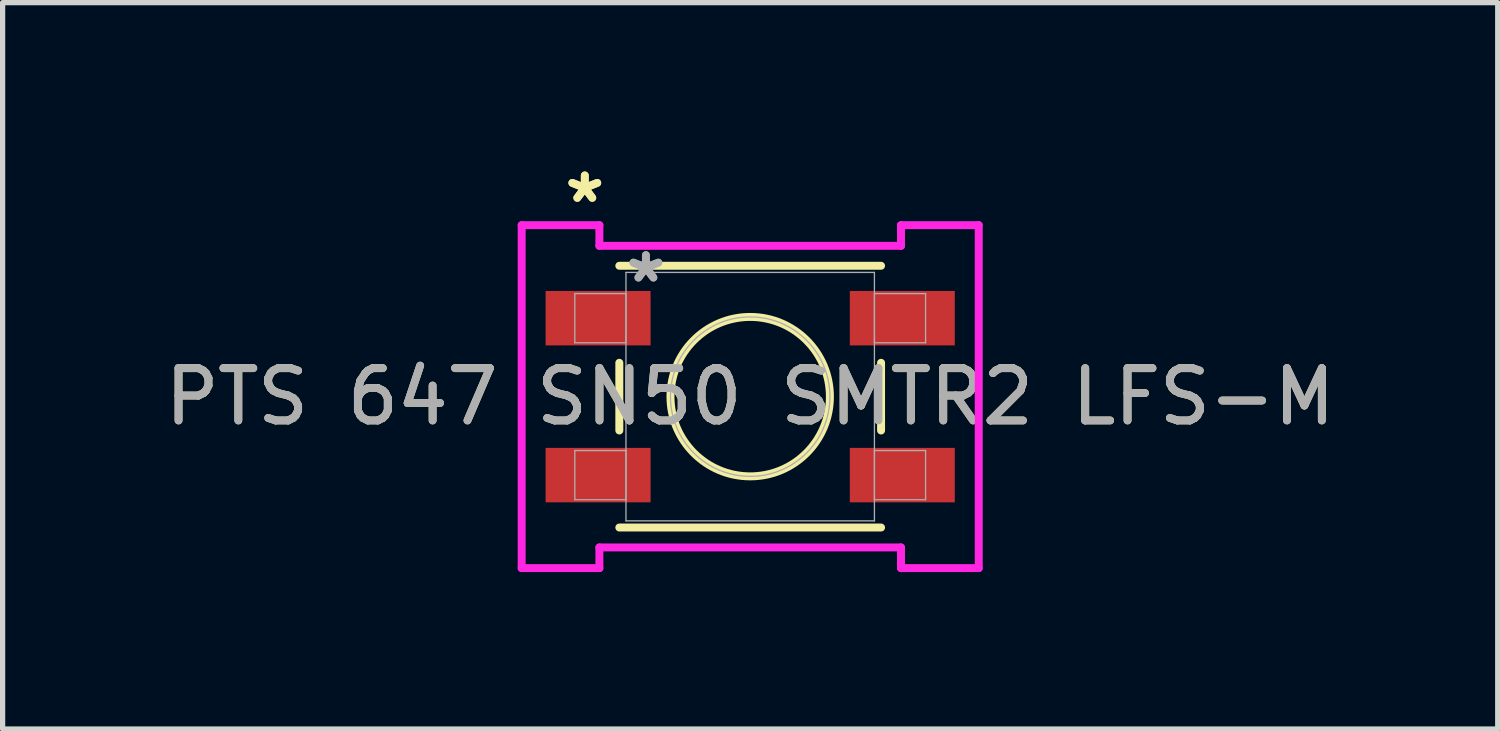
<source format=kicad_pcb>
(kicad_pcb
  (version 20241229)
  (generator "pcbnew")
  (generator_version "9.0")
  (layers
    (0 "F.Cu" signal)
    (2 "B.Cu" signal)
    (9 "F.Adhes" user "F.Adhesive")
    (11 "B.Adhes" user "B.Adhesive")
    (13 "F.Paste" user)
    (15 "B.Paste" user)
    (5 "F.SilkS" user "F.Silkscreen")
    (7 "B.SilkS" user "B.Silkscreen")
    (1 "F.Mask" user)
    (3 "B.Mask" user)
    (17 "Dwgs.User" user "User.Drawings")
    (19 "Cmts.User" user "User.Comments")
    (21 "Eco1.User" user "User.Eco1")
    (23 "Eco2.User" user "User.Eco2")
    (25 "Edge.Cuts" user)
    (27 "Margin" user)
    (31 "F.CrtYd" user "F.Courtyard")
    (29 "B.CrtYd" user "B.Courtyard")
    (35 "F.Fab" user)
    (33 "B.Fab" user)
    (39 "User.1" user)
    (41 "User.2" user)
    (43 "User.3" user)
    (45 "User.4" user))
  (footprint "PTS 647 SN50 SMTR2 LFS-M"
    (layer "F.Cu")
    (at 11.292 4.533)
    (property "Reference" "PTS 647 SN50 SMTR2 LFS-M" (at 0 0 0) (unlocked yes) (layer "F.SilkS") (effects (font (size 1 1) (thickness 0.15))))
    (attr smd)
    (fp_line (start -2.502 -0.647) (end -2.502 0.647) (stroke (width 0.152) (type solid)) (layer "F.SilkS"))
    (fp_line (start -2.502 2.502) (end 2.502 2.502) (stroke (width 0.152) (type solid)) (layer "F.SilkS"))
    (fp_line (start 2.502 -2.502) (end -2.502 -2.502) (stroke (width 0.152) (type solid)) (layer "F.SilkS"))
    (fp_line (start 2.502 0.647) (end 2.502 -0.647) (stroke (width 0.152) (type solid)) (layer "F.SilkS"))
    (fp_circle (center 0 0) (end 1.524 0) (stroke (width 0.152) (type solid)) (fill no) (layer "F.SilkS"))
    (fp_line (start -4.369 -3.278) (end -2.883 -3.278) (stroke (width 0.152) (type solid)) (layer "F.CrtYd"))
    (fp_line (start -4.369 3.278) (end -4.369 -3.278) (stroke (width 0.152) (type solid)) (layer "F.CrtYd"))
    (fp_line (start -2.883 -3.278) (end -2.883 -2.883) (stroke (width 0.152) (type solid)) (layer "F.CrtYd"))
    (fp_line (start -2.883 -2.883) (end 2.883 -2.883) (stroke (width 0.152) (type solid)) (layer "F.CrtYd"))
    (fp_line (start -2.883 2.883) (end -2.883 3.278) (stroke (width 0.152) (type solid)) (layer "F.CrtYd"))
    (fp_line (start -2.883 3.278) (end -4.369 3.278) (stroke (width 0.152) (type solid)) (layer "F.CrtYd"))
    (fp_line (start 2.883 -3.278) (end 4.369 -3.278) (stroke (width 0.152) (type solid)) (layer "F.CrtYd"))
    (fp_line (start 2.883 -2.883) (end 2.883 -3.278) (stroke (width 0.152) (type solid)) (layer "F.CrtYd"))
    (fp_line (start 2.883 2.883) (end -2.883 2.883) (stroke (width 0.152) (type solid)) (layer "F.CrtYd"))
    (fp_line (start 2.883 3.278) (end 2.883 2.883) (stroke (width 0.152) (type solid)) (layer "F.CrtYd"))
    (fp_line (start 4.369 -3.278) (end 4.369 3.278) (stroke (width 0.152) (type solid)) (layer "F.CrtYd"))
    (fp_line (start 4.369 3.278) (end 2.883 3.278) (stroke (width 0.152) (type solid)) (layer "F.CrtYd"))
    (fp_line (start -3.353 -1.97) (end -3.353 -1.03) (stroke (width 0.025) (type solid)) (layer "F.Fab"))
    (fp_line (start -3.353 -1.03) (end -2.375 -1.03) (stroke (width 0.025) (type solid)) (layer "F.Fab"))
    (fp_line (start -3.353 1.03) (end -3.353 1.97) (stroke (width 0.025) (type solid)) (layer "F.Fab"))
    (fp_line (start -3.353 1.97) (end -2.375 1.97) (stroke (width 0.025) (type solid)) (layer "F.Fab"))
    (fp_line (start -2.375 -2.375) (end -2.375 2.375) (stroke (width 0.025) (type solid)) (layer "F.Fab"))
    (fp_line (start -2.375 -1.97) (end -3.353 -1.97) (stroke (width 0.025) (type solid)) (layer "F.Fab"))
    (fp_line (start -2.375 -1.03) (end -2.375 -1.97) (stroke (width 0.025) (type solid)) (layer "F.Fab"))
    (fp_line (start -2.375 1.03) (end -3.353 1.03) (stroke (width 0.025) (type solid)) (layer "F.Fab"))
    (fp_line (start -2.375 1.97) (end -2.375 1.03) (stroke (width 0.025) (type solid)) (layer "F.Fab"))
    (fp_line (start -2.375 2.375) (end 2.375 2.375) (stroke (width 0.025) (type solid)) (layer "F.Fab"))
    (fp_line (start 2.375 -2.375) (end -2.375 -2.375) (stroke (width 0.025) (type solid)) (layer "F.Fab"))
    (fp_line (start 2.375 -1.97) (end 2.375 -1.03) (stroke (width 0.025) (type solid)) (layer "F.Fab"))
    (fp_line (start 2.375 -1.03) (end 3.353 -1.03) (stroke (width 0.025) (type solid)) (layer "F.Fab"))
    (fp_line (start 2.375 1.03) (end 2.375 1.97) (stroke (width 0.025) (type solid)) (layer "F.Fab"))
    (fp_line (start 2.375 1.97) (end 3.353 1.97) (stroke (width 0.025) (type solid)) (layer "F.Fab"))
    (fp_line (start 2.375 2.375) (end 2.375 -2.375) (stroke (width 0.025) (type solid)) (layer "F.Fab"))
    (fp_line (start 3.353 -1.97) (end 2.375 -1.97) (stroke (width 0.025) (type solid)) (layer "F.Fab"))
    (fp_line (start 3.353 -1.03) (end 3.353 -1.97) (stroke (width 0.025) (type solid)) (layer "F.Fab"))
    (fp_line (start 3.353 1.03) (end 2.375 1.03) (stroke (width 0.025) (type solid)) (layer "F.Fab"))
    (fp_line (start 3.353 1.97) (end 3.353 1.03) (stroke (width 0.025) (type solid)) (layer "F.Fab"))
    (fp_circle (center 0 0) (end 1.524 0) (stroke (width 0.025) (type solid)) (fill no) (layer "F.Fab"))
    (fp_text user "*" (at -3.162 -3.684 0) (unlocked yes) (layer "F.SilkS") (effects (font (size 1 1) (thickness 0.15))))
    (fp_text user "*" (at -3.162 -3.684 0) (layer "F.SilkS") (effects (font (size 1 1) (thickness 0.15))))
    (fp_text user "*" (at -1.994 -2.16 0) (unlocked yes) (layer "F.Fab") (effects (font (size 1 1) (thickness 0.15))))
    (fp_text user "${REFERENCE}" (at 0 0 0) (unlocked yes) (layer "F.Fab") (effects (font (size 1 1) (thickness 0.15))))
    (fp_text user "*" (at -1.994 -2.16 0) (layer "F.Fab") (effects (font (size 1 1) (thickness 0.15))))
    (pad "1" smd rect (at -2.908 -1.5) (size 2.007 1.041) (layers "F.Cu" "F.Mask" "F.Paste"))
    (pad "2" smd rect (at 2.908 -1.5) (size 2.007 1.041) (layers "F.Cu" "F.Mask" "F.Paste"))
    (pad "3" smd rect (at -2.908 1.5) (size 2.007 1.041) (layers "F.Cu" "F.Mask" "F.Paste"))
    (pad "4" smd rect (at 2.908 1.5) (size 2.007 1.041) (layers "F.Cu" "F.Mask" "F.Paste")))
  (gr_rect
    (start -3 -3)
    (end 25.583 10.887)
    (stroke (width 0.1) (type default))
    (fill no)
    (layer "Edge.Cuts")))
</source>
